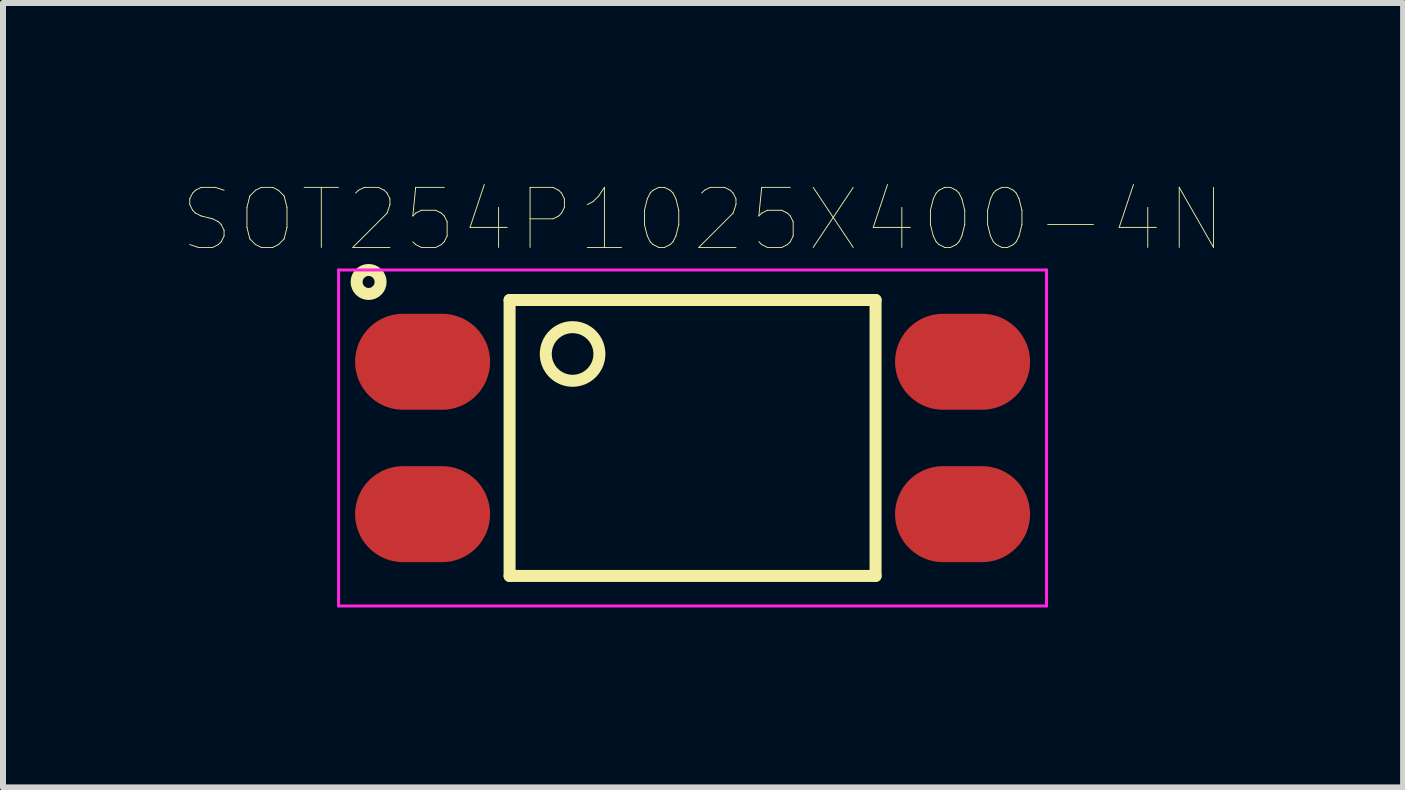
<source format=kicad_pcb>
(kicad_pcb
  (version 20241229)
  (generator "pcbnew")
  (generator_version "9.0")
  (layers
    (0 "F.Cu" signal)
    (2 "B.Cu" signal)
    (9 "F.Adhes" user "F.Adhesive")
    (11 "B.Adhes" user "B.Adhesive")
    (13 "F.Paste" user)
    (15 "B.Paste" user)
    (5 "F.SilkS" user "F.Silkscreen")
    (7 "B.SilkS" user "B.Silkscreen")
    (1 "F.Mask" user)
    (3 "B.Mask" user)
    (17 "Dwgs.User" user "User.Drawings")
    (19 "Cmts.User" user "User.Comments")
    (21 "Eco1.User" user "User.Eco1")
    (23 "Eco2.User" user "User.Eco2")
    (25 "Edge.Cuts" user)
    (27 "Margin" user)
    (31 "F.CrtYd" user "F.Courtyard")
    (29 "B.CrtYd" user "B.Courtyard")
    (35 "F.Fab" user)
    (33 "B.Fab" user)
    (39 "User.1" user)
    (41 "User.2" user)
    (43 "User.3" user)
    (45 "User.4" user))
  (footprint "SOT254P1025X400-4N"
    (layer "F.Cu")
    (at 8.494 4.25)
    (property "Reference" "SOT254P1025X400-4N" (at 0.175 -3.638 0) (layer "F.SilkS") (effects (font (size 1.001 1.001) (thickness 0.015))))
    (attr through_hole)
    (fp_line (start -3.05 -2.3) (end 3.05 -2.3) (stroke (width 0.2) (type solid)) (layer "F.SilkS"))
    (fp_line (start -3.05 2.3) (end -3.05 -2.3) (stroke (width 0.2) (type solid)) (layer "F.SilkS"))
    (fp_line (start 3.05 -2.3) (end 3.05 2.3) (stroke (width 0.2) (type solid)) (layer "F.SilkS"))
    (fp_line (start 3.05 2.3) (end -3.05 2.3) (stroke (width 0.2) (type solid)) (layer "F.SilkS"))
    (fp_circle (center -5.4 -2.6) (end -5.2 -2.6) (stroke (width 0.2) (type solid)) (fill no) (layer "F.SilkS"))
    (fp_circle (center -2 -1.4) (end -1.553 -1.4) (stroke (width 0.2) (type solid)) (fill no) (layer "F.SilkS"))
    (fp_line (start -5.9 -2.8) (end 5.9 -2.8) (stroke (width 0.05) (type solid)) (layer "F.CrtYd"))
    (fp_line (start -5.9 2.8) (end -5.9 -2.8) (stroke (width 0.05) (type solid)) (layer "F.CrtYd"))
    (fp_line (start 5.9 -2.8) (end 5.9 2.8) (stroke (width 0.05) (type solid)) (layer "F.CrtYd"))
    (fp_line (start 5.9 2.8) (end -5.9 2.8) (stroke (width 0.05) (type solid)) (layer "F.CrtYd"))
    (pad "1" smd oval (at -4.5 -1.27) (size 2.25 1.6) (layers "F.Cu" "F.Mask" "F.Paste"))
    (pad "2" smd oval (at -4.5 1.27) (size 2.25 1.6) (layers "F.Cu" "F.Mask" "F.Paste"))
    (pad "3" smd oval (at 4.5 1.27) (size 2.25 1.6) (layers "F.Cu" "F.Mask" "F.Paste"))
    (pad "4" smd oval (at 4.5 -1.27) (size 2.25 1.6) (layers "F.Cu" "F.Mask" "F.Paste")))
  (gr_rect
    (start -3 -3)
    (end 20.337 10.075)
    (stroke (width 0.1) (type default))
    (fill no)
    (layer "Edge.Cuts")))
</source>
